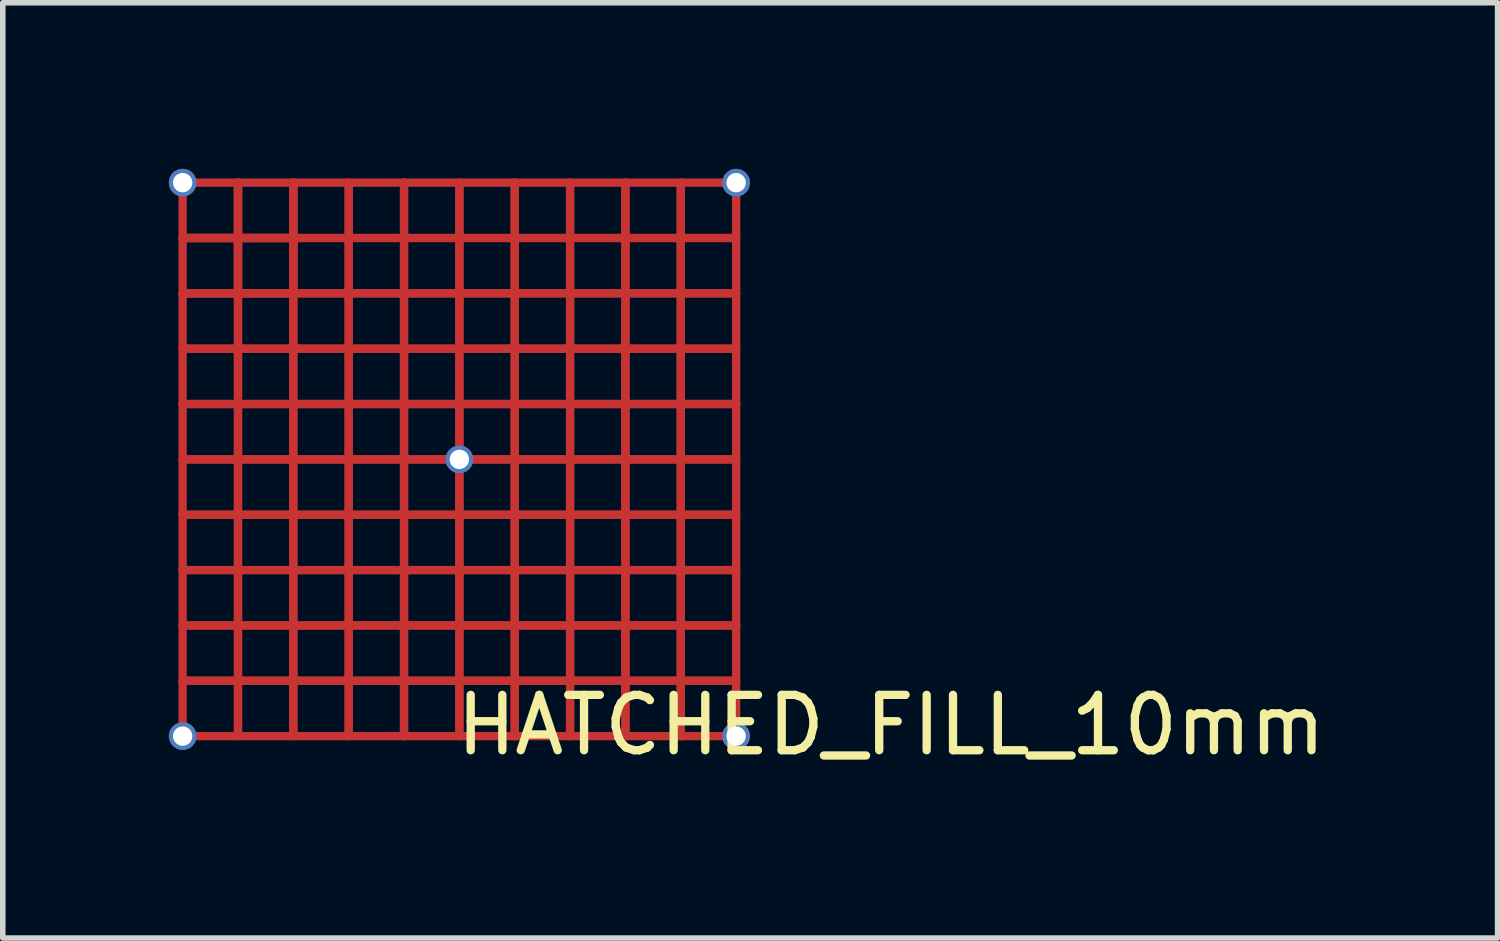
<source format=kicad_pcb>
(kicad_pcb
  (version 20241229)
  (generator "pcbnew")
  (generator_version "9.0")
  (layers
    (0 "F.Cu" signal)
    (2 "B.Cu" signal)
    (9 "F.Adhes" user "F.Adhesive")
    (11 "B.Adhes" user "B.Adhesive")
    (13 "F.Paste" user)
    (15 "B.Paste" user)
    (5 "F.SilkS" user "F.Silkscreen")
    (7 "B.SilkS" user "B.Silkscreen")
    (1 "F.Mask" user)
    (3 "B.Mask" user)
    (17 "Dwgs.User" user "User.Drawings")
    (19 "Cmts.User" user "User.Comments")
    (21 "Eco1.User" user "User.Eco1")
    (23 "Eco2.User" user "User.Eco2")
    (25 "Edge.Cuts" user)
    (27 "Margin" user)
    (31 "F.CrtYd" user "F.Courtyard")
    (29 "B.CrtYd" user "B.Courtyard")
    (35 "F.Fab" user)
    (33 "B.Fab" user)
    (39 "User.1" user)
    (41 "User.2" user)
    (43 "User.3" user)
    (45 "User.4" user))
  (footprint "HATCHED_FILL_10mm"
    (layer "F.Cu")
    (at 5.25 5.25)
    (property "Reference" "HATCHED_FILL_10mm" (at 7.8 4.8 0) (layer "F.SilkS") (effects (font (size 1 1) (thickness 0.15))))
    (attr through_hole)
    (fp_line (start -5 -5) (end -5 -3) (stroke (width 0.15) (type solid)) (layer "F.Cu"))
    (fp_line (start -5 -5) (end -3 -5) (stroke (width 0.15) (type solid)) (layer "F.Cu"))
    (fp_line (start -5 -4) (end -3 -4) (stroke (width 0.15) (type solid)) (layer "F.Cu"))
    (fp_line (start -5 -4) (end -3 -4) (stroke (width 0.15) (type solid)) (layer "F.Cu"))
    (fp_line (start -5 -4) (end -3 -4) (stroke (width 0.15) (type solid)) (layer "F.Cu"))
    (fp_line (start -5 -4) (end -3 -4) (stroke (width 0.15) (type solid)) (layer "F.Cu"))
    (fp_line (start -5 -3) (end -5 -1) (stroke (width 0.15) (type solid)) (layer "F.Cu"))
    (fp_line (start -5 -3) (end -3 -3) (stroke (width 0.15) (type solid)) (layer "F.Cu"))
    (fp_line (start -5 -2) (end -3 -2) (stroke (width 0.15) (type solid)) (layer "F.Cu"))
    (fp_line (start -5 -2) (end -3 -2) (stroke (width 0.15) (type solid)) (layer "F.Cu"))
    (fp_line (start -5 -1) (end -5 1) (stroke (width 0.15) (type solid)) (layer "F.Cu"))
    (fp_line (start -5 -1) (end -3 -1) (stroke (width 0.15) (type solid)) (layer "F.Cu"))
    (fp_line (start -5 0) (end -3 0) (stroke (width 0.15) (type solid)) (layer "F.Cu"))
    (fp_line (start -5 0) (end -3 0) (stroke (width 0.15) (type solid)) (layer "F.Cu"))
    (fp_line (start -5 1) (end -5 3) (stroke (width 0.15) (type solid)) (layer "F.Cu"))
    (fp_line (start -5 1) (end -3 1) (stroke (width 0.15) (type solid)) (layer "F.Cu"))
    (fp_line (start -5 2) (end -3 2) (stroke (width 0.15) (type solid)) (layer "F.Cu"))
    (fp_line (start -5 2) (end -3 2) (stroke (width 0.15) (type solid)) (layer "F.Cu"))
    (fp_line (start -5 3) (end -5 5) (stroke (width 0.15) (type solid)) (layer "F.Cu"))
    (fp_line (start -5 3) (end -3 3) (stroke (width 0.15) (type solid)) (layer "F.Cu"))
    (fp_line (start -5 4) (end -3 4) (stroke (width 0.15) (type solid)) (layer "F.Cu"))
    (fp_line (start -5 4) (end -3 4) (stroke (width 0.15) (type solid)) (layer "F.Cu"))
    (fp_line (start -4 -5) (end -4 -3) (stroke (width 0.15) (type solid)) (layer "F.Cu"))
    (fp_line (start -4 -5) (end -4 -3) (stroke (width 0.15) (type solid)) (layer "F.Cu"))
    (fp_line (start -4 -5) (end -4 -3) (stroke (width 0.15) (type solid)) (layer "F.Cu"))
    (fp_line (start -4 -5) (end -4 -3) (stroke (width 0.15) (type solid)) (layer "F.Cu"))
    (fp_line (start -4 -3) (end -4 -1) (stroke (width 0.15) (type solid)) (layer "F.Cu"))
    (fp_line (start -4 -3) (end -4 -1) (stroke (width 0.15) (type solid)) (layer "F.Cu"))
    (fp_line (start -4 -1) (end -4 1) (stroke (width 0.15) (type solid)) (layer "F.Cu"))
    (fp_line (start -4 -1) (end -4 1) (stroke (width 0.15) (type solid)) (layer "F.Cu"))
    (fp_line (start -4 1) (end -4 3) (stroke (width 0.15) (type solid)) (layer "F.Cu"))
    (fp_line (start -4 1) (end -4 3) (stroke (width 0.15) (type solid)) (layer "F.Cu"))
    (fp_line (start -4 3) (end -4 5) (stroke (width 0.15) (type solid)) (layer "F.Cu"))
    (fp_line (start -4 3) (end -4 5) (stroke (width 0.15) (type solid)) (layer "F.Cu"))
    (fp_line (start -3 -5) (end -3 -3) (stroke (width 0.15) (type solid)) (layer "F.Cu"))
    (fp_line (start -3 -5) (end -3 -3) (stroke (width 0.15) (type solid)) (layer "F.Cu"))
    (fp_line (start -3 -5) (end -3 -3) (stroke (width 0.15) (type solid)) (layer "F.Cu"))
    (fp_line (start -3 -5) (end -1 -5) (stroke (width 0.15) (type solid)) (layer "F.Cu"))
    (fp_line (start -3 -4) (end -1 -4) (stroke (width 0.15) (type solid)) (layer "F.Cu"))
    (fp_line (start -3 -4) (end -1 -4) (stroke (width 0.15) (type solid)) (layer "F.Cu"))
    (fp_line (start -3 -3) (end -5 -3) (stroke (width 0.15) (type solid)) (layer "F.Cu"))
    (fp_line (start -3 -3) (end -5 -3) (stroke (width 0.15) (type solid)) (layer "F.Cu"))
    (fp_line (start -3 -3) (end -3 -1) (stroke (width 0.15) (type solid)) (layer "F.Cu"))
    (fp_line (start -3 -3) (end -3 -1) (stroke (width 0.15) (type solid)) (layer "F.Cu"))
    (fp_line (start -3 -3) (end -1 -3) (stroke (width 0.15) (type solid)) (layer "F.Cu"))
    (fp_line (start -3 -2) (end -1 -2) (stroke (width 0.15) (type solid)) (layer "F.Cu"))
    (fp_line (start -3 -2) (end -1 -2) (stroke (width 0.15) (type solid)) (layer "F.Cu"))
    (fp_line (start -3 -1) (end -5 -1) (stroke (width 0.15) (type solid)) (layer "F.Cu"))
    (fp_line (start -3 -1) (end -3 1) (stroke (width 0.15) (type solid)) (layer "F.Cu"))
    (fp_line (start -3 -1) (end -3 1) (stroke (width 0.15) (type solid)) (layer "F.Cu"))
    (fp_line (start -3 -1) (end -1 -1) (stroke (width 0.15) (type solid)) (layer "F.Cu"))
    (fp_line (start -3 0) (end -1 0) (stroke (width 0.15) (type solid)) (layer "F.Cu"))
    (fp_line (start -3 0) (end -1 0) (stroke (width 0.15) (type solid)) (layer "F.Cu"))
    (fp_line (start -3 1) (end -5 1) (stroke (width 0.15) (type solid)) (layer "F.Cu"))
    (fp_line (start -3 1) (end -3 3) (stroke (width 0.15) (type solid)) (layer "F.Cu"))
    (fp_line (start -3 1) (end -3 3) (stroke (width 0.15) (type solid)) (layer "F.Cu"))
    (fp_line (start -3 1) (end -1 1) (stroke (width 0.15) (type solid)) (layer "F.Cu"))
    (fp_line (start -3 2) (end -1 2) (stroke (width 0.15) (type solid)) (layer "F.Cu"))
    (fp_line (start -3 2) (end -1 2) (stroke (width 0.15) (type solid)) (layer "F.Cu"))
    (fp_line (start -3 3) (end -5 3) (stroke (width 0.15) (type solid)) (layer "F.Cu"))
    (fp_line (start -3 3) (end -3 5) (stroke (width 0.15) (type solid)) (layer "F.Cu"))
    (fp_line (start -3 3) (end -3 5) (stroke (width 0.15) (type solid)) (layer "F.Cu"))
    (fp_line (start -3 3) (end -1 3) (stroke (width 0.15) (type solid)) (layer "F.Cu"))
    (fp_line (start -3 4) (end -1 4) (stroke (width 0.15) (type solid)) (layer "F.Cu"))
    (fp_line (start -3 4) (end -1 4) (stroke (width 0.15) (type solid)) (layer "F.Cu"))
    (fp_line (start -3 5) (end -5 5) (stroke (width 0.15) (type solid)) (layer "F.Cu"))
    (fp_line (start -2 -5) (end -2 -3) (stroke (width 0.15) (type solid)) (layer "F.Cu"))
    (fp_line (start -2 -5) (end -2 -3) (stroke (width 0.15) (type solid)) (layer "F.Cu"))
    (fp_line (start -2 -3) (end -2 -1) (stroke (width 0.15) (type solid)) (layer "F.Cu"))
    (fp_line (start -2 -3) (end -2 -1) (stroke (width 0.15) (type solid)) (layer "F.Cu"))
    (fp_line (start -2 -1) (end -2 1) (stroke (width 0.15) (type solid)) (layer "F.Cu"))
    (fp_line (start -2 -1) (end -2 1) (stroke (width 0.15) (type solid)) (layer "F.Cu"))
    (fp_line (start -2 1) (end -2 3) (stroke (width 0.15) (type solid)) (layer "F.Cu"))
    (fp_line (start -2 1) (end -2 3) (stroke (width 0.15) (type solid)) (layer "F.Cu"))
    (fp_line (start -2 3) (end -2 5) (stroke (width 0.15) (type solid)) (layer "F.Cu"))
    (fp_line (start -2 3) (end -2 5) (stroke (width 0.15) (type solid)) (layer "F.Cu"))
    (fp_line (start -1 -5) (end -1 -3) (stroke (width 0.15) (type solid)) (layer "F.Cu"))
    (fp_line (start -1 -5) (end -1 -3) (stroke (width 0.15) (type solid)) (layer "F.Cu"))
    (fp_line (start -1 -5) (end 1 -5) (stroke (width 0.15) (type solid)) (layer "F.Cu"))
    (fp_line (start -1 -4) (end 1 -4) (stroke (width 0.15) (type solid)) (layer "F.Cu"))
    (fp_line (start -1 -4) (end 1 -4) (stroke (width 0.15) (type solid)) (layer "F.Cu"))
    (fp_line (start -1 -3) (end -3 -3) (stroke (width 0.15) (type solid)) (layer "F.Cu"))
    (fp_line (start -1 -3) (end -1 -1) (stroke (width 0.15) (type solid)) (layer "F.Cu"))
    (fp_line (start -1 -3) (end -1 -1) (stroke (width 0.15) (type solid)) (layer "F.Cu"))
    (fp_line (start -1 -3) (end 1 -3) (stroke (width 0.15) (type solid)) (layer "F.Cu"))
    (fp_line (start -1 -2) (end 1 -2) (stroke (width 0.15) (type solid)) (layer "F.Cu"))
    (fp_line (start -1 -2) (end 1 -2) (stroke (width 0.15) (type solid)) (layer "F.Cu"))
    (fp_line (start -1 -1) (end -3 -1) (stroke (width 0.15) (type solid)) (layer "F.Cu"))
    (fp_line (start -1 -1) (end -1 1) (stroke (width 0.15) (type solid)) (layer "F.Cu"))
    (fp_line (start -1 -1) (end -1 1) (stroke (width 0.15) (type solid)) (layer "F.Cu"))
    (fp_line (start -1 -1) (end 1 -1) (stroke (width 0.15) (type solid)) (layer "F.Cu"))
    (fp_line (start -1 0) (end 1 0) (stroke (width 0.15) (type solid)) (layer "F.Cu"))
    (fp_line (start -1 0) (end 1 0) (stroke (width 0.15) (type solid)) (layer "F.Cu"))
    (fp_line (start -1 1) (end -3 1) (stroke (width 0.15) (type solid)) (layer "F.Cu"))
    (fp_line (start -1 1) (end -1 3) (stroke (width 0.15) (type solid)) (layer "F.Cu"))
    (fp_line (start -1 1) (end -1 3) (stroke (width 0.15) (type solid)) (layer "F.Cu"))
    (fp_line (start -1 1) (end 1 1) (stroke (width 0.15) (type solid)) (layer "F.Cu"))
    (fp_line (start -1 2) (end 1 2) (stroke (width 0.15) (type solid)) (layer "F.Cu"))
    (fp_line (start -1 2) (end 1 2) (stroke (width 0.15) (type solid)) (layer "F.Cu"))
    (fp_line (start -1 3) (end -3 3) (stroke (width 0.15) (type solid)) (layer "F.Cu"))
    (fp_line (start -1 3) (end -1 5) (stroke (width 0.15) (type solid)) (layer "F.Cu"))
    (fp_line (start -1 3) (end -1 5) (stroke (width 0.15) (type solid)) (layer "F.Cu"))
    (fp_line (start -1 3) (end 1 3) (stroke (width 0.15) (type solid)) (layer "F.Cu"))
    (fp_line (start -1 4) (end 1 4) (stroke (width 0.15) (type solid)) (layer "F.Cu"))
    (fp_line (start -1 4) (end 1 4) (stroke (width 0.15) (type solid)) (layer "F.Cu"))
    (fp_line (start -1 5) (end -3 5) (stroke (width 0.15) (type solid)) (layer "F.Cu"))
    (fp_line (start 0 -5) (end 0 -3) (stroke (width 0.15) (type solid)) (layer "F.Cu"))
    (fp_line (start 0 -5) (end 0 -3) (stroke (width 0.15) (type solid)) (layer "F.Cu"))
    (fp_line (start 0 -3) (end 0 -1) (stroke (width 0.15) (type solid)) (layer "F.Cu"))
    (fp_line (start 0 -3) (end 0 -1) (stroke (width 0.15) (type solid)) (layer "F.Cu"))
    (fp_line (start 0 -1) (end 0 1) (stroke (width 0.15) (type solid)) (layer "F.Cu"))
    (fp_line (start 0 -1) (end 0 1) (stroke (width 0.15) (type solid)) (layer "F.Cu"))
    (fp_line (start 0 1) (end 0 3) (stroke (width 0.15) (type solid)) (layer "F.Cu"))
    (fp_line (start 0 1) (end 0 3) (stroke (width 0.15) (type solid)) (layer "F.Cu"))
    (fp_line (start 0 3) (end 0 5) (stroke (width 0.15) (type solid)) (layer "F.Cu"))
    (fp_line (start 0 3) (end 0 5) (stroke (width 0.15) (type solid)) (layer "F.Cu"))
    (fp_line (start 1 -5) (end 1 -3) (stroke (width 0.15) (type solid)) (layer "F.Cu"))
    (fp_line (start 1 -5) (end 1 -3) (stroke (width 0.15) (type solid)) (layer "F.Cu"))
    (fp_line (start 1 -5) (end 3 -5) (stroke (width 0.15) (type solid)) (layer "F.Cu"))
    (fp_line (start 1 -4) (end 3 -4) (stroke (width 0.15) (type solid)) (layer "F.Cu"))
    (fp_line (start 1 -4) (end 3 -4) (stroke (width 0.15) (type solid)) (layer "F.Cu"))
    (fp_line (start 1 -3) (end -1 -3) (stroke (width 0.15) (type solid)) (layer "F.Cu"))
    (fp_line (start 1 -3) (end 1 -1) (stroke (width 0.15) (type solid)) (layer "F.Cu"))
    (fp_line (start 1 -3) (end 1 -1) (stroke (width 0.15) (type solid)) (layer "F.Cu"))
    (fp_line (start 1 -3) (end 3 -3) (stroke (width 0.15) (type solid)) (layer "F.Cu"))
    (fp_line (start 1 -2) (end 3 -2) (stroke (width 0.15) (type solid)) (layer "F.Cu"))
    (fp_line (start 1 -2) (end 3 -2) (stroke (width 0.15) (type solid)) (layer "F.Cu"))
    (fp_line (start 1 -1) (end -1 -1) (stroke (width 0.15) (type solid)) (layer "F.Cu"))
    (fp_line (start 1 -1) (end 1 1) (stroke (width 0.15) (type solid)) (layer "F.Cu"))
    (fp_line (start 1 -1) (end 1 1) (stroke (width 0.15) (type solid)) (layer "F.Cu"))
    (fp_line (start 1 -1) (end 3 -1) (stroke (width 0.15) (type solid)) (layer "F.Cu"))
    (fp_line (start 1 0) (end 3 0) (stroke (width 0.15) (type solid)) (layer "F.Cu"))
    (fp_line (start 1 0) (end 3 0) (stroke (width 0.15) (type solid)) (layer "F.Cu"))
    (fp_line (start 1 1) (end -1 1) (stroke (width 0.15) (type solid)) (layer "F.Cu"))
    (fp_line (start 1 1) (end 1 3) (stroke (width 0.15) (type solid)) (layer "F.Cu"))
    (fp_line (start 1 1) (end 1 3) (stroke (width 0.15) (type solid)) (layer "F.Cu"))
    (fp_line (start 1 1) (end 3 1) (stroke (width 0.15) (type solid)) (layer "F.Cu"))
    (fp_line (start 1 2) (end 3 2) (stroke (width 0.15) (type solid)) (layer "F.Cu"))
    (fp_line (start 1 2) (end 3 2) (stroke (width 0.15) (type solid)) (layer "F.Cu"))
    (fp_line (start 1 3) (end -1 3) (stroke (width 0.15) (type solid)) (layer "F.Cu"))
    (fp_line (start 1 3) (end 1 5) (stroke (width 0.15) (type solid)) (layer "F.Cu"))
    (fp_line (start 1 3) (end 1 5) (stroke (width 0.15) (type solid)) (layer "F.Cu"))
    (fp_line (start 1 3) (end 3 3) (stroke (width 0.15) (type solid)) (layer "F.Cu"))
    (fp_line (start 1 4) (end 3 4) (stroke (width 0.15) (type solid)) (layer "F.Cu"))
    (fp_line (start 1 4) (end 3 4) (stroke (width 0.15) (type solid)) (layer "F.Cu"))
    (fp_line (start 1 5) (end -1 5) (stroke (width 0.15) (type solid)) (layer "F.Cu"))
    (fp_line (start 2 -5) (end 2 -3) (stroke (width 0.15) (type solid)) (layer "F.Cu"))
    (fp_line (start 2 -5) (end 2 -3) (stroke (width 0.15) (type solid)) (layer "F.Cu"))
    (fp_line (start 2 -3) (end 2 -1) (stroke (width 0.15) (type solid)) (layer "F.Cu"))
    (fp_line (start 2 -3) (end 2 -1) (stroke (width 0.15) (type solid)) (layer "F.Cu"))
    (fp_line (start 2 -1) (end 2 1) (stroke (width 0.15) (type solid)) (layer "F.Cu"))
    (fp_line (start 2 -1) (end 2 1) (stroke (width 0.15) (type solid)) (layer "F.Cu"))
    (fp_line (start 2 1) (end 2 3) (stroke (width 0.15) (type solid)) (layer "F.Cu"))
    (fp_line (start 2 1) (end 2 3) (stroke (width 0.15) (type solid)) (layer "F.Cu"))
    (fp_line (start 2 3) (end 2 5) (stroke (width 0.15) (type solid)) (layer "F.Cu"))
    (fp_line (start 2 3) (end 2 5) (stroke (width 0.15) (type solid)) (layer "F.Cu"))
    (fp_line (start 3 -5) (end 3 -3) (stroke (width 0.15) (type solid)) (layer "F.Cu"))
    (fp_line (start 3 -5) (end 3 -3) (stroke (width 0.15) (type solid)) (layer "F.Cu"))
    (fp_line (start 3 -5) (end 5 -5) (stroke (width 0.15) (type solid)) (layer "F.Cu"))
    (fp_line (start 3 -4) (end 5 -4) (stroke (width 0.15) (type solid)) (layer "F.Cu"))
    (fp_line (start 3 -4) (end 5 -4) (stroke (width 0.15) (type solid)) (layer "F.Cu"))
    (fp_line (start 3 -3) (end 1 -3) (stroke (width 0.15) (type solid)) (layer "F.Cu"))
    (fp_line (start 3 -3) (end 3 -1) (stroke (width 0.15) (type solid)) (layer "F.Cu"))
    (fp_line (start 3 -3) (end 3 -1) (stroke (width 0.15) (type solid)) (layer "F.Cu"))
    (fp_line (start 3 -3) (end 5 -3) (stroke (width 0.15) (type solid)) (layer "F.Cu"))
    (fp_line (start 3 -2) (end 5 -2) (stroke (width 0.15) (type solid)) (layer "F.Cu"))
    (fp_line (start 3 -2) (end 5 -2) (stroke (width 0.15) (type solid)) (layer "F.Cu"))
    (fp_line (start 3 -1) (end 1 -1) (stroke (width 0.15) (type solid)) (layer "F.Cu"))
    (fp_line (start 3 -1) (end 3 1) (stroke (width 0.15) (type solid)) (layer "F.Cu"))
    (fp_line (start 3 -1) (end 3 1) (stroke (width 0.15) (type solid)) (layer "F.Cu"))
    (fp_line (start 3 -1) (end 5 -1) (stroke (width 0.15) (type solid)) (layer "F.Cu"))
    (fp_line (start 3 0) (end 5 0) (stroke (width 0.15) (type solid)) (layer "F.Cu"))
    (fp_line (start 3 0) (end 5 0) (stroke (width 0.15) (type solid)) (layer "F.Cu"))
    (fp_line (start 3 1) (end 1 1) (stroke (width 0.15) (type solid)) (layer "F.Cu"))
    (fp_line (start 3 1) (end 3 3) (stroke (width 0.15) (type solid)) (layer "F.Cu"))
    (fp_line (start 3 1) (end 3 3) (stroke (width 0.15) (type solid)) (layer "F.Cu"))
    (fp_line (start 3 1) (end 5 1) (stroke (width 0.15) (type solid)) (layer "F.Cu"))
    (fp_line (start 3 2) (end 5 2) (stroke (width 0.15) (type solid)) (layer "F.Cu"))
    (fp_line (start 3 2) (end 5 2) (stroke (width 0.15) (type solid)) (layer "F.Cu"))
    (fp_line (start 3 3) (end 1 3) (stroke (width 0.15) (type solid)) (layer "F.Cu"))
    (fp_line (start 3 3) (end 3 5) (stroke (width 0.15) (type solid)) (layer "F.Cu"))
    (fp_line (start 3 3) (end 3 5) (stroke (width 0.15) (type solid)) (layer "F.Cu"))
    (fp_line (start 3 3) (end 5 3) (stroke (width 0.15) (type solid)) (layer "F.Cu"))
    (fp_line (start 3 4) (end 5 4) (stroke (width 0.15) (type solid)) (layer "F.Cu"))
    (fp_line (start 3 4) (end 5 4) (stroke (width 0.15) (type solid)) (layer "F.Cu"))
    (fp_line (start 3 5) (end 1 5) (stroke (width 0.15) (type solid)) (layer "F.Cu"))
    (fp_line (start 4 -5) (end 4 -3) (stroke (width 0.15) (type solid)) (layer "F.Cu"))
    (fp_line (start 4 -5) (end 4 -3) (stroke (width 0.15) (type solid)) (layer "F.Cu"))
    (fp_line (start 4 -3) (end 4 -1) (stroke (width 0.15) (type solid)) (layer "F.Cu"))
    (fp_line (start 4 -3) (end 4 -1) (stroke (width 0.15) (type solid)) (layer "F.Cu"))
    (fp_line (start 4 -1) (end 4 1) (stroke (width 0.15) (type solid)) (layer "F.Cu"))
    (fp_line (start 4 -1) (end 4 1) (stroke (width 0.15) (type solid)) (layer "F.Cu"))
    (fp_line (start 4 1) (end 4 3) (stroke (width 0.15) (type solid)) (layer "F.Cu"))
    (fp_line (start 4 1) (end 4 3) (stroke (width 0.15) (type solid)) (layer "F.Cu"))
    (fp_line (start 4 3) (end 4 5) (stroke (width 0.15) (type solid)) (layer "F.Cu"))
    (fp_line (start 4 3) (end 4 5) (stroke (width 0.15) (type solid)) (layer "F.Cu"))
    (fp_line (start 5 -5) (end 5 -3) (stroke (width 0.15) (type solid)) (layer "F.Cu"))
    (fp_line (start 5 -3) (end 3 -3) (stroke (width 0.15) (type solid)) (layer "F.Cu"))
    (fp_line (start 5 -3) (end 5 -1) (stroke (width 0.15) (type solid)) (layer "F.Cu"))
    (fp_line (start 5 -1) (end 3 -1) (stroke (width 0.15) (type solid)) (layer "F.Cu"))
    (fp_line (start 5 -1) (end 5 1) (stroke (width 0.15) (type solid)) (layer "F.Cu"))
    (fp_line (start 5 1) (end 3 1) (stroke (width 0.15) (type solid)) (layer "F.Cu"))
    (fp_line (start 5 1) (end 5 3) (stroke (width 0.15) (type solid)) (layer "F.Cu"))
    (fp_line (start 5 3) (end 3 3) (stroke (width 0.15) (type solid)) (layer "F.Cu"))
    (fp_line (start 5 3) (end 5 5) (stroke (width 0.15) (type solid)) (layer "F.Cu"))
    (fp_line (start 5 5) (end 3 5) (stroke (width 0.15) (type solid)) (layer "F.Cu"))
    (pad "" thru_hole circle (at -5 -5) (size 0.5 0.5) (drill 0.35) (layers "*.Cu"))
    (pad "" thru_hole circle (at -5 5) (size 0.5 0.5) (drill 0.35) (layers "*.Cu"))
    (pad "" thru_hole circle (at 5 -5) (size 0.5 0.5) (drill 0.35) (layers "*.Cu"))
    (pad "" thru_hole circle (at 5 5) (size 0.5 0.5) (drill 0.35) (layers "*.Cu"))
    (pad "1" thru_hole circle (at 0 0) (size 0.5 0.5) (drill 0.35) (layers "*.Cu")))
  (gr_rect
    (start -3 -3)
    (end 24.008 13.898)
    (stroke (width 0.1) (type default))
    (fill no)
    (layer "Edge.Cuts")))
</source>
